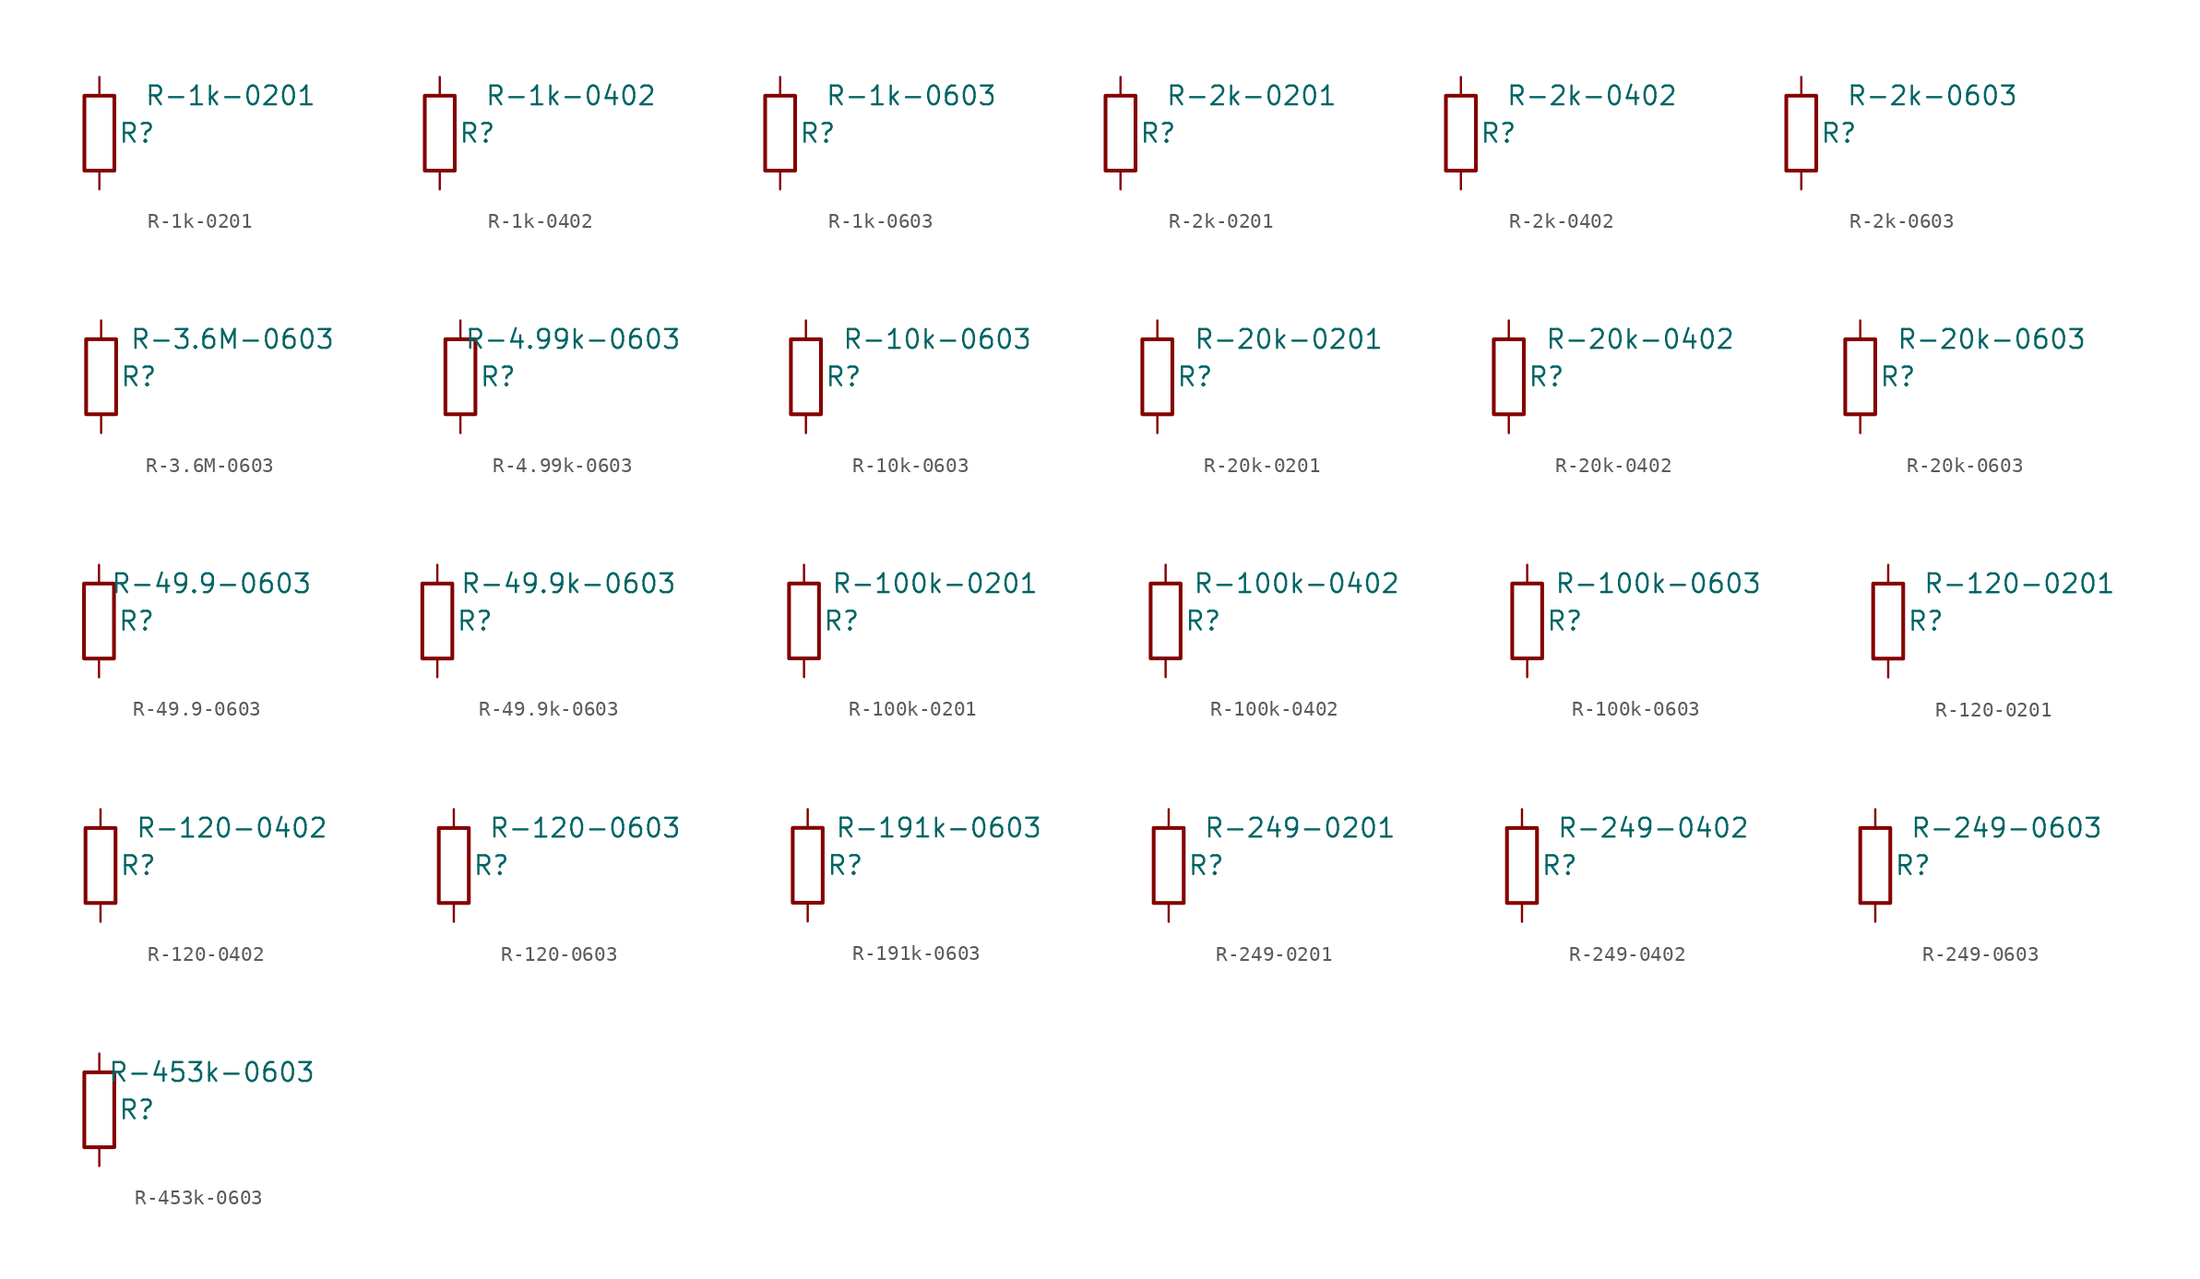
<source format=kicad_sym>
(kicad_symbol_lib
  (version 20211014)
  (generator kicad_symbol_editor)
  (symbol "R-1k-0201"
    (pin_numbers hide)
    (pin_names
      (offset 0))
    (property "Reference" "R"
      (at 2.54 0 0)
      (effects (font (size 1.27 1.27))))
    (property "Value" "R-1k-0201"
      (at 8.89 2.54 0)
      (effects (font (size 1.27 1.27))))
    (symbol "R-1k-0201_0_1"
      (rectangle (start -1.016 -2.54) (end 1.016 2.54) (stroke (width 0.254) (type default) (color 0 0 0 0)) (fill (type none))))
    (symbol "R-1k-0201_1_1"
      (pin passive line (at 0 3.81 270) (length 1.27) (name "~" (effects (font (size 1.27 1.27)))) (number "1" (effects (font (size 1.27 1.27)))))
      (pin passive line (at 0 -3.81 90) (length 1.27) (name "~" (effects (font (size 1.27 1.27)))) (number "2" (effects (font (size 1.27 1.27)))))))
  (symbol "R-1k-0402"
    (pin_numbers hide)
    (pin_names
      (offset 0))
    (property "Reference" "R"
      (at 2.54 0 0)
      (effects (font (size 1.27 1.27))))
    (property "Value" "R-1k-0402"
      (at 8.89 2.54 0)
      (effects (font (size 1.27 1.27))))
    (symbol "R-1k-0402_0_1"
      (rectangle (start -1.016 -2.54) (end 1.016 2.54) (stroke (width 0.254) (type default) (color 0 0 0 0)) (fill (type none))))
    (symbol "R-1k-0402_1_1"
      (pin passive line (at 0 3.81 270) (length 1.27) (name "~" (effects (font (size 1.27 1.27)))) (number "1" (effects (font (size 1.27 1.27)))))
      (pin passive line (at 0 -3.81 90) (length 1.27) (name "~" (effects (font (size 1.27 1.27)))) (number "2" (effects (font (size 1.27 1.27)))))))
  (symbol "R-1k-0603"
    (pin_numbers hide)
    (pin_names
      (offset 0))
    (property "Reference" "R"
      (at 2.54 0 0)
      (effects (font (size 1.27 1.27))))
    (property "Value" "R-1k-0603"
      (at 8.89 2.54 0)
      (effects (font (size 1.27 1.27))))
    (symbol "R-1k-0603_0_1"
      (rectangle (start -1.016 -2.54) (end 1.016 2.54) (stroke (width 0.254) (type default) (color 0 0 0 0)) (fill (type none))))
    (symbol "R-1k-0603_1_1"
      (pin passive line (at 0 3.81 270) (length 1.27) (name "~" (effects (font (size 1.27 1.27)))) (number "1" (effects (font (size 1.27 1.27)))))
      (pin passive line (at 0 -3.81 90) (length 1.27) (name "~" (effects (font (size 1.27 1.27)))) (number "2" (effects (font (size 1.27 1.27)))))))
  (symbol "R-2k-0201"
    (pin_numbers hide)
    (pin_names
      (offset 0))
    (property "Reference" "R"
      (at 2.54 0 0)
      (effects (font (size 1.27 1.27))))
    (property "Value" "R-2k-0201"
      (at 8.89 2.54 0)
      (effects (font (size 1.27 1.27))))
    (symbol "R-2k-0201_0_1"
      (rectangle (start -1.016 -2.54) (end 1.016 2.54) (stroke (width 0.254) (type default) (color 0 0 0 0)) (fill (type none))))
    (symbol "R-2k-0201_1_1"
      (pin passive line (at 0 3.81 270) (length 1.27) (name "~" (effects (font (size 1.27 1.27)))) (number "1" (effects (font (size 1.27 1.27)))))
      (pin passive line (at 0 -3.81 90) (length 1.27) (name "~" (effects (font (size 1.27 1.27)))) (number "2" (effects (font (size 1.27 1.27)))))))
  (symbol "R-2k-0402"
    (pin_numbers hide)
    (pin_names
      (offset 0))
    (property "Reference" "R"
      (at 2.54 0 0)
      (effects (font (size 1.27 1.27))))
    (property "Value" "R-2k-0402"
      (at 8.89 2.54 0)
      (effects (font (size 1.27 1.27))))
    (symbol "R-2k-0402_0_1"
      (rectangle (start -1.016 -2.54) (end 1.016 2.54) (stroke (width 0.254) (type default) (color 0 0 0 0)) (fill (type none))))
    (symbol "R-2k-0402_1_1"
      (pin passive line (at 0 3.81 270) (length 1.27) (name "~" (effects (font (size 1.27 1.27)))) (number "1" (effects (font (size 1.27 1.27)))))
      (pin passive line (at 0 -3.81 90) (length 1.27) (name "~" (effects (font (size 1.27 1.27)))) (number "2" (effects (font (size 1.27 1.27)))))))
  (symbol "R-2k-0603"
    (pin_numbers hide)
    (pin_names
      (offset 0))
    (property "Reference" "R"
      (at 2.54 0 0)
      (effects (font (size 1.27 1.27))))
    (property "Value" "R-2k-0603"
      (at 8.89 2.54 0)
      (effects (font (size 1.27 1.27))))
    (symbol "R-2k-0603_0_1"
      (rectangle (start -1.016 -2.54) (end 1.016 2.54) (stroke (width 0.254) (type default) (color 0 0 0 0)) (fill (type none))))
    (symbol "R-2k-0603_1_1"
      (pin passive line (at 0 3.81 270) (length 1.27) (name "~" (effects (font (size 1.27 1.27)))) (number "1" (effects (font (size 1.27 1.27)))))
      (pin passive line (at 0 -3.81 90) (length 1.27) (name "~" (effects (font (size 1.27 1.27)))) (number "2" (effects (font (size 1.27 1.27)))))))
  (symbol "R-3.6M-0603"
    (pin_numbers hide)
    (pin_names
      (offset 0))
    (property "Reference" "R"
      (at 2.54 0 0)
      (effects (font (size 1.27 1.27))))
    (property "Value" "R-3.6M-0603"
      (at 8.89 2.54 0)
      (effects (font (size 1.27 1.27))))
    (symbol "R-3.6M-0603_0_1"
      (rectangle (start -1.016 -2.54) (end 1.016 2.54) (stroke (width 0.254) (type default) (color 0 0 0 0)) (fill (type none))))
    (symbol "R-3.6M-0603_1_1"
      (pin passive line (at 0 3.81 270) (length 1.27) (name "~" (effects (font (size 1.27 1.27)))) (number "1" (effects (font (size 1.27 1.27)))))
      (pin passive line (at 0 -3.81 90) (length 1.27) (name "~" (effects (font (size 1.27 1.27)))) (number "2" (effects (font (size 1.27 1.27)))))))
  (symbol "R-4.99k-0603"
    (pin_numbers hide)
    (pin_names
      (offset 0))
    (property "Reference" "R"
      (at 2.54 0 0)
      (effects (font (size 1.27 1.27))))
    (property "Value" "R-4.99k-0603"
      (at 7.62 2.54 0)
      (effects (font (size 1.27 1.27))))
    (symbol "R-4.99k-0603_0_1"
      (rectangle (start -1.016 -2.54) (end 1.016 2.54) (stroke (width 0.254) (type default) (color 0 0 0 0)) (fill (type none))))
    (symbol "R-4.99k-0603_1_1"
      (pin passive line (at 0 3.81 270) (length 1.27) (name "~" (effects (font (size 1.27 1.27)))) (number "1" (effects (font (size 1.27 1.27)))))
      (pin passive line (at 0 -3.81 90) (length 1.27) (name "~" (effects (font (size 1.27 1.27)))) (number "2" (effects (font (size 1.27 1.27)))))))
  (symbol "R-10k-0603"
    (pin_numbers hide)
    (pin_names
      (offset 0))
    (property "Reference" "R"
      (at 2.54 0 0)
      (effects (font (size 1.27 1.27))))
    (property "Value" "R-10k-0603"
      (at 8.89 2.54 0)
      (effects (font (size 1.27 1.27))))
    (symbol "R-10k-0603_0_1"
      (rectangle (start -1.016 -2.54) (end 1.016 2.54) (stroke (width 0.254) (type default) (color 0 0 0 0)) (fill (type none))))
    (symbol "R-10k-0603_1_1"
      (pin passive line (at 0 3.81 270) (length 1.27) (name "~" (effects (font (size 1.27 1.27)))) (number "1" (effects (font (size 1.27 1.27)))))
      (pin passive line (at 0 -3.81 90) (length 1.27) (name "~" (effects (font (size 1.27 1.27)))) (number "2" (effects (font (size 1.27 1.27)))))))
  (symbol "R-20k-0201"
    (pin_numbers hide)
    (pin_names
      (offset 0))
    (property "Reference" "R"
      (at 2.54 0 0)
      (effects (font (size 1.27 1.27))))
    (property "Value" "R-20k-0201"
      (at 8.89 2.54 0)
      (effects (font (size 1.27 1.27))))
    (symbol "R-20k-0201_0_1"
      (rectangle (start -1.016 -2.54) (end 1.016 2.54) (stroke (width 0.254) (type default) (color 0 0 0 0)) (fill (type none))))
    (symbol "R-20k-0201_1_1"
      (pin passive line (at 0 3.81 270) (length 1.27) (name "~" (effects (font (size 1.27 1.27)))) (number "1" (effects (font (size 1.27 1.27)))))
      (pin passive line (at 0 -3.81 90) (length 1.27) (name "~" (effects (font (size 1.27 1.27)))) (number "2" (effects (font (size 1.27 1.27)))))))
  (symbol "R-20k-0402"
    (pin_numbers hide)
    (pin_names
      (offset 0))
    (property "Reference" "R"
      (at 2.54 0 0)
      (effects (font (size 1.27 1.27))))
    (property "Value" "R-20k-0402"
      (at 8.89 2.54 0)
      (effects (font (size 1.27 1.27))))
    (symbol "R-20k-0402_0_1"
      (rectangle (start -1.016 -2.54) (end 1.016 2.54) (stroke (width 0.254) (type default) (color 0 0 0 0)) (fill (type none))))
    (symbol "R-20k-0402_1_1"
      (pin passive line (at 0 3.81 270) (length 1.27) (name "~" (effects (font (size 1.27 1.27)))) (number "1" (effects (font (size 1.27 1.27)))))
      (pin passive line (at 0 -3.81 90) (length 1.27) (name "~" (effects (font (size 1.27 1.27)))) (number "2" (effects (font (size 1.27 1.27)))))))
  (symbol "R-20k-0603"
    (pin_numbers hide)
    (pin_names
      (offset 0))
    (property "Reference" "R"
      (at 2.54 0 0)
      (effects (font (size 1.27 1.27))))
    (property "Value" "R-20k-0603"
      (at 8.89 2.54 0)
      (effects (font (size 1.27 1.27))))
    (symbol "R-20k-0603_0_1"
      (rectangle (start -1.016 -2.54) (end 1.016 2.54) (stroke (width 0.254) (type default) (color 0 0 0 0)) (fill (type none))))
    (symbol "R-20k-0603_1_1"
      (pin passive line (at 0 3.81 270) (length 1.27) (name "~" (effects (font (size 1.27 1.27)))) (number "1" (effects (font (size 1.27 1.27)))))
      (pin passive line (at 0 -3.81 90) (length 1.27) (name "~" (effects (font (size 1.27 1.27)))) (number "2" (effects (font (size 1.27 1.27)))))))
  (symbol "R-49.9-0603"
    (pin_numbers hide)
    (pin_names
      (offset 0))
    (property "Reference" "R"
      (at 2.54 0 0)
      (effects (font (size 1.27 1.27))))
    (property "Value" "R-49.9-0603"
      (at 7.62 2.54 0)
      (effects (font (size 1.27 1.27))))
    (symbol "R-49.9-0603_0_1"
      (rectangle (start -1.016 -2.54) (end 1.016 2.54) (stroke (width 0.254) (type default) (color 0 0 0 0)) (fill (type none))))
    (symbol "R-49.9-0603_1_1"
      (pin passive line (at 0 3.81 270) (length 1.27) (name "~" (effects (font (size 1.27 1.27)))) (number "1" (effects (font (size 1.27 1.27)))))
      (pin passive line (at 0 -3.81 90) (length 1.27) (name "~" (effects (font (size 1.27 1.27)))) (number "2" (effects (font (size 1.27 1.27)))))))
  (symbol "R-49.9k-0603"
    (pin_numbers hide)
    (pin_names
      (offset 0))
    (property "Reference" "R"
      (at 2.54 0 0)
      (effects (font (size 1.27 1.27))))
    (property "Value" "R-49.9k-0603"
      (at 8.89 2.54 0)
      (effects (font (size 1.27 1.27))))
    (symbol "R-49.9k-0603_0_1"
      (rectangle (start -1.016 -2.54) (end 1.016 2.54) (stroke (width 0.254) (type default) (color 0 0 0 0)) (fill (type none))))
    (symbol "R-49.9k-0603_1_1"
      (pin passive line (at 0 3.81 270) (length 1.27) (name "~" (effects (font (size 1.27 1.27)))) (number "1" (effects (font (size 1.27 1.27)))))
      (pin passive line (at 0 -3.81 90) (length 1.27) (name "~" (effects (font (size 1.27 1.27)))) (number "2" (effects (font (size 1.27 1.27)))))))
  (symbol "R-100k-0201"
    (pin_numbers hide)
    (pin_names
      (offset 0))
    (property "Reference" "R"
      (at 2.54 0 0)
      (effects (font (size 1.27 1.27))))
    (property "Value" "R-100k-0201"
      (at 8.89 2.54 0)
      (effects (font (size 1.27 1.27))))
    (symbol "R-100k-0201_0_1"
      (rectangle (start -1.016 -2.54) (end 1.016 2.54) (stroke (width 0.254) (type default) (color 0 0 0 0)) (fill (type none))))
    (symbol "R-100k-0201_1_1"
      (pin passive line (at 0 3.81 270) (length 1.27) (name "~" (effects (font (size 1.27 1.27)))) (number "1" (effects (font (size 1.27 1.27)))))
      (pin passive line (at 0 -3.81 90) (length 1.27) (name "~" (effects (font (size 1.27 1.27)))) (number "2" (effects (font (size 1.27 1.27)))))))
  (symbol "R-100k-0402"
    (pin_numbers hide)
    (pin_names
      (offset 0))
    (property "Reference" "R"
      (at 2.54 0 0)
      (effects (font (size 1.27 1.27))))
    (property "Value" "R-100k-0402"
      (at 8.89 2.54 0)
      (effects (font (size 1.27 1.27))))
    (symbol "R-100k-0402_0_1"
      (rectangle (start -1.016 -2.54) (end 1.016 2.54) (stroke (width 0.254) (type default) (color 0 0 0 0)) (fill (type none))))
    (symbol "R-100k-0402_1_1"
      (pin passive line (at 0 3.81 270) (length 1.27) (name "~" (effects (font (size 1.27 1.27)))) (number "1" (effects (font (size 1.27 1.27)))))
      (pin passive line (at 0 -3.81 90) (length 1.27) (name "~" (effects (font (size 1.27 1.27)))) (number "2" (effects (font (size 1.27 1.27)))))))
  (symbol "R-100k-0603"
    (pin_numbers hide)
    (pin_names
      (offset 0))
    (property "Reference" "R"
      (at 2.54 0 0)
      (effects (font (size 1.27 1.27))))
    (property "Value" "R-100k-0603"
      (at 8.89 2.54 0)
      (effects (font (size 1.27 1.27))))
    (symbol "R-100k-0603_0_1"
      (rectangle (start -1.016 -2.54) (end 1.016 2.54) (stroke (width 0.254) (type default) (color 0 0 0 0)) (fill (type none))))
    (symbol "R-100k-0603_1_1"
      (pin passive line (at 0 3.81 270) (length 1.27) (name "~" (effects (font (size 1.27 1.27)))) (number "1" (effects (font (size 1.27 1.27)))))
      (pin passive line (at 0 -3.81 90) (length 1.27) (name "~" (effects (font (size 1.27 1.27)))) (number "2" (effects (font (size 1.27 1.27)))))))
  (symbol "R-120-0201"
    (pin_numbers hide)
    (pin_names
      (offset 0))
    (property "Reference" "R"
      (at 2.54 0 0)
      (effects (font (size 1.27 1.27))))
    (property "Value" "R-120-0201"
      (at 8.89 2.54 0)
      (effects (font (size 1.27 1.27))))
    (symbol "R-120-0201_0_1"
      (rectangle (start -1.016 -2.54) (end 1.016 2.54) (stroke (width 0.254) (type default) (color 0 0 0 0)) (fill (type none))))
    (symbol "R-120-0201_1_1"
      (pin passive line (at 0 3.81 270) (length 1.27) (name "~" (effects (font (size 1.27 1.27)))) (number "1" (effects (font (size 1.27 1.27)))))
      (pin passive line (at 0 -3.81 90) (length 1.27) (name "~" (effects (font (size 1.27 1.27)))) (number "2" (effects (font (size 1.27 1.27)))))))
  (symbol "R-120-0402"
    (pin_numbers hide)
    (pin_names
      (offset 0))
    (property "Reference" "R"
      (at 2.54 0 0)
      (effects (font (size 1.27 1.27))))
    (property "Value" "R-120-0402"
      (at 8.89 2.54 0)
      (effects (font (size 1.27 1.27))))
    (symbol "R-120-0402_0_1"
      (rectangle (start -1.016 -2.54) (end 1.016 2.54) (stroke (width 0.254) (type default) (color 0 0 0 0)) (fill (type none))))
    (symbol "R-120-0402_1_1"
      (pin passive line (at 0 3.81 270) (length 1.27) (name "~" (effects (font (size 1.27 1.27)))) (number "1" (effects (font (size 1.27 1.27)))))
      (pin passive line (at 0 -3.81 90) (length 1.27) (name "~" (effects (font (size 1.27 1.27)))) (number "2" (effects (font (size 1.27 1.27)))))))
  (symbol "R-120-0603"
    (pin_numbers hide)
    (pin_names
      (offset 0))
    (property "Reference" "R"
      (at 2.54 0 0)
      (effects (font (size 1.27 1.27))))
    (property "Value" "R-120-0603"
      (at 8.89 2.54 0)
      (effects (font (size 1.27 1.27))))
    (symbol "R-120-0603_0_1"
      (rectangle (start -1.016 -2.54) (end 1.016 2.54) (stroke (width 0.254) (type default) (color 0 0 0 0)) (fill (type none))))
    (symbol "R-120-0603_1_1"
      (pin passive line (at 0 3.81 270) (length 1.27) (name "~" (effects (font (size 1.27 1.27)))) (number "1" (effects (font (size 1.27 1.27)))))
      (pin passive line (at 0 -3.81 90) (length 1.27) (name "~" (effects (font (size 1.27 1.27)))) (number "2" (effects (font (size 1.27 1.27)))))))
  (symbol "R-191k-0603"
    (pin_numbers hide)
    (pin_names
      (offset 0))
    (property "Reference" "R"
      (at 2.54 0 0)
      (effects (font (size 1.27 1.27))))
    (property "Value" "R-191k-0603"
      (at 8.89 2.54 0)
      (effects (font (size 1.27 1.27))))
    (symbol "R-191k-0603_0_1"
      (rectangle (start -1.016 -2.54) (end 1.016 2.54) (stroke (width 0.254) (type default) (color 0 0 0 0)) (fill (type none))))
    (symbol "R-191k-0603_1_1"
      (pin passive line (at 0 3.81 270) (length 1.27) (name "~" (effects (font (size 1.27 1.27)))) (number "1" (effects (font (size 1.27 1.27)))))
      (pin passive line (at 0 -3.81 90) (length 1.27) (name "~" (effects (font (size 1.27 1.27)))) (number "2" (effects (font (size 1.27 1.27)))))))
  (symbol "R-249-0201"
    (pin_numbers hide)
    (pin_names
      (offset 0))
    (property "Reference" "R"
      (at 2.54 0 0)
      (effects (font (size 1.27 1.27))))
    (property "Value" "R-249-0201"
      (at 8.89 2.54 0)
      (effects (font (size 1.27 1.27))))
    (symbol "R-249-0201_0_1"
      (rectangle (start -1.016 -2.54) (end 1.016 2.54) (stroke (width 0.254) (type default) (color 0 0 0 0)) (fill (type none))))
    (symbol "R-249-0201_1_1"
      (pin passive line (at 0 3.81 270) (length 1.27) (name "~" (effects (font (size 1.27 1.27)))) (number "1" (effects (font (size 1.27 1.27)))))
      (pin passive line (at 0 -3.81 90) (length 1.27) (name "~" (effects (font (size 1.27 1.27)))) (number "2" (effects (font (size 1.27 1.27)))))))
  (symbol "R-249-0402"
    (pin_numbers hide)
    (pin_names
      (offset 0))
    (property "Reference" "R"
      (at 2.54 0 0)
      (effects (font (size 1.27 1.27))))
    (property "Value" "R-249-0402"
      (at 8.89 2.54 0)
      (effects (font (size 1.27 1.27))))
    (symbol "R-249-0402_0_1"
      (rectangle (start -1.016 -2.54) (end 1.016 2.54) (stroke (width 0.254) (type default) (color 0 0 0 0)) (fill (type none))))
    (symbol "R-249-0402_1_1"
      (pin passive line (at 0 3.81 270) (length 1.27) (name "~" (effects (font (size 1.27 1.27)))) (number "1" (effects (font (size 1.27 1.27)))))
      (pin passive line (at 0 -3.81 90) (length 1.27) (name "~" (effects (font (size 1.27 1.27)))) (number "2" (effects (font (size 1.27 1.27)))))))
  (symbol "R-249-0603"
    (pin_numbers hide)
    (pin_names
      (offset 0))
    (property "Reference" "R"
      (at 2.54 0 0)
      (effects (font (size 1.27 1.27))))
    (property "Value" "R-249-0603"
      (at 8.89 2.54 0)
      (effects (font (size 1.27 1.27))))
    (symbol "R-249-0603_0_1"
      (rectangle (start -1.016 -2.54) (end 1.016 2.54) (stroke (width 0.254) (type default) (color 0 0 0 0)) (fill (type none))))
    (symbol "R-249-0603_1_1"
      (pin passive line (at 0 3.81 270) (length 1.27) (name "~" (effects (font (size 1.27 1.27)))) (number "1" (effects (font (size 1.27 1.27)))))
      (pin passive line (at 0 -3.81 90) (length 1.27) (name "~" (effects (font (size 1.27 1.27)))) (number "2" (effects (font (size 1.27 1.27)))))))
  (symbol "R-453k-0603"
    (pin_numbers hide)
    (pin_names
      (offset 0))
    (property "Reference" "R"
      (at 2.54 0 0)
      (effects (font (size 1.27 1.27))))
    (property "Value" "R-453k-0603"
      (at 7.62 2.54 0)
      (effects (font (size 1.27 1.27))))
    (symbol "R-453k-0603_0_1"
      (rectangle (start -1.016 -2.54) (end 1.016 2.54) (stroke (width 0.254) (type default) (color 0 0 0 0)) (fill (type none))))
    (symbol "R-453k-0603_1_1"
      (pin passive line (at 0 3.81 270) (length 1.27) (name "~" (effects (font (size 1.27 1.27)))) (number "1" (effects (font (size 1.27 1.27)))))
      (pin passive line (at 0 -3.81 90) (length 1.27) (name "~" (effects (font (size 1.27 1.27)))) (number "2" (effects (font (size 1.27 1.27))))))))
</source>
